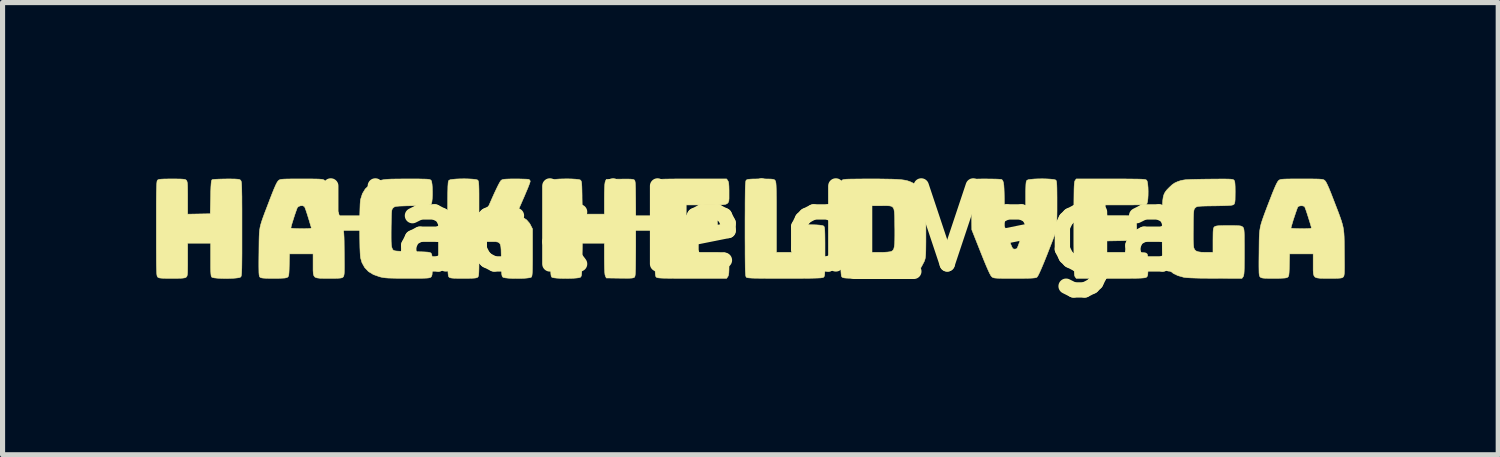
<source format=kicad_pcb>
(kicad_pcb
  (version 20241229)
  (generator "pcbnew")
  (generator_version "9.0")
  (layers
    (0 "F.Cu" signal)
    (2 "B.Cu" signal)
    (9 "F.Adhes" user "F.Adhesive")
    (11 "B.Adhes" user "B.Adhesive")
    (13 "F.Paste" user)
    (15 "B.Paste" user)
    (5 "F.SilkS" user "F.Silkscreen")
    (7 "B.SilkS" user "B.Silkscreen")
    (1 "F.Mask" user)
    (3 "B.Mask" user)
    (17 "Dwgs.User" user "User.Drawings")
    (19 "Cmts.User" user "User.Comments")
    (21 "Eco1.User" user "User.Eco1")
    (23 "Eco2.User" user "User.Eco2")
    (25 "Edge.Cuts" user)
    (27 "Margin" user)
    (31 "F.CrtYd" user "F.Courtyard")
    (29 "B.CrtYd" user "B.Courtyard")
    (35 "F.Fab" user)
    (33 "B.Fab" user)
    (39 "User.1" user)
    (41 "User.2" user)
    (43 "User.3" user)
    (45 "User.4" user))
  (footprint "HackHeld_Vega"
    (layer "F.Cu")
    (at 11.614 1.418)
    (property "Reference" "HackHeld_Vega" (at 0 0 0) (layer "F.SilkS") (effects (font (size 1.524 1.524) (thickness 0.3))))
    (attr through_hole)
    (fp_poly (pts (xy 0.296 -0.971) (xy 0.364 -0.97) (xy 0.412 -0.968) (xy 0.443 -0.964) (xy 0.463 -0.958) (xy 0.475 -0.95) (xy 0.485 -0.938) (xy 0.49 -0.927) (xy 0.495 -0.91) (xy 0.499 -0.883) (xy 0.502 -0.845) (xy 0.504 -0.793) (xy 0.506 -0.724) (xy 0.507 -0.635) (xy 0.508 -0.524) (xy 0.508 -0.389) (xy 0.508 -0.227) (xy 0.508 0.463) (xy 0.865 0.463) (xy 0.869 0.215) (xy 0.871 0.123) (xy 0.874 0.056) (xy 0.877 0.01) (xy 0.882 -0.02) (xy 0.889 -0.039) (xy 0.899 -0.05) (xy 0.903 -0.054) (xy 0.931 -0.063) (xy 0.982 -0.069) (xy 1.049 -0.074) (xy 1.126 -0.076) (xy 1.207 -0.076) (xy 1.284 -0.074) (xy 1.351 -0.069) (xy 1.401 -0.062) (xy 1.428 -0.053) (xy 1.436 -0.046) (xy 1.442 -0.036) (xy 1.447 -0.019) (xy 1.451 0.008) (xy 1.453 0.048) (xy 1.455 0.103) (xy 1.456 0.178) (xy 1.457 0.276) (xy 1.457 0.399) (xy 1.457 0.448) (xy 1.457 0.581) (xy 1.456 0.687) (xy 1.456 0.769) (xy 1.454 0.831) (xy 1.452 0.876) (xy 1.449 0.907) (xy 1.444 0.927) (xy 1.438 0.94) (xy 1.431 0.948) (xy 1.428 0.95) (xy 1.417 0.955) (xy 1.397 0.959) (xy 1.366 0.963) (xy 1.321 0.965) (xy 1.26 0.967) (xy 1.181 0.969) (xy 1.081 0.97) (xy 0.957 0.971) (xy 0.808 0.971) (xy 0.671 0.971) (xy 0.502 0.971) (xy 0.361 0.971) (xy 0.246 0.97) (xy 0.152 0.969) (xy 0.078 0.968) (xy 0.022 0.966) (xy -0.019 0.963) (xy -0.047 0.96) (xy -0.066 0.956) (xy -0.077 0.951) (xy -0.081 0.948) (xy -0.086 0.94) (xy -0.09 0.927) (xy -0.094 0.906) (xy -0.096 0.875) (xy -0.099 0.831) (xy -0.101 0.773) (xy -0.102 0.698) (xy -0.103 0.604) (xy -0.104 0.488) (xy -0.104 0.35) (xy -0.105 0.186) (xy -0.105 0) (xy -0.105 -0.191) (xy -0.104 -0.354) (xy -0.104 -0.492) (xy -0.103 -0.607) (xy -0.102 -0.7) (xy -0.101 -0.775) (xy -0.099 -0.832) (xy -0.096 -0.876) (xy -0.093 -0.907) (xy -0.09 -0.928) (xy -0.086 -0.941) (xy -0.081 -0.948) (xy -0.068 -0.956) (xy -0.045 -0.963) (xy -0.009 -0.967) (xy 0.044 -0.97) (xy 0.12 -0.971) (xy 0.202 -0.971) (xy 0.296 -0.971)) (stroke (width 0.01) (type solid)) (fill yes) (layer "F.SilkS"))
    (fp_poly (pts (xy -0.442 -0.938) (xy -0.431 -0.916) (xy -0.424 -0.881) (xy -0.42 -0.829) (xy -0.418 -0.754) (xy -0.418 -0.717) (xy -0.418 -0.644) (xy -0.418 -0.587) (xy -0.422 -0.543) (xy -0.434 -0.511) (xy -0.456 -0.488) (xy -0.491 -0.474) (xy -0.543 -0.467) (xy -0.615 -0.463) (xy -0.71 -0.463) (xy -0.83 -0.463) (xy -0.86 -0.463) (xy -1.255 -0.463) (xy -1.255 -0.254) (xy -0.972 -0.254) (xy -0.871 -0.254) (xy -0.795 -0.252) (xy -0.741 -0.25) (xy -0.704 -0.246) (xy -0.681 -0.24) (xy -0.667 -0.232) (xy -0.666 -0.231) (xy -0.655 -0.205) (xy -0.648 -0.157) (xy -0.643 -0.093) (xy -0.641 -0.021) (xy -0.642 0.051) (xy -0.646 0.117) (xy -0.653 0.169) (xy -0.663 0.201) (xy -0.664 0.203) (xy -0.673 0.213) (xy -0.688 0.22) (xy -0.711 0.226) (xy -0.748 0.23) (xy -0.803 0.233) (xy -0.88 0.235) (xy -0.97 0.237) (xy -1.255 0.242) (xy -1.255 0.463) (xy -0.86 0.463) (xy -0.733 0.463) (xy -0.633 0.463) (xy -0.557 0.466) (xy -0.501 0.472) (xy -0.462 0.485) (xy -0.438 0.505) (xy -0.424 0.535) (xy -0.419 0.576) (xy -0.418 0.631) (xy -0.418 0.7) (xy -0.418 0.717) (xy -0.419 0.802) (xy -0.422 0.863) (xy -0.428 0.904) (xy -0.437 0.93) (xy -0.442 0.938) (xy -0.465 0.971) (xy -1.142 0.971) (xy -1.302 0.971) (xy -1.435 0.971) (xy -1.543 0.97) (xy -1.63 0.969) (xy -1.697 0.968) (xy -1.747 0.966) (xy -1.784 0.963) (xy -1.809 0.96) (xy -1.826 0.955) (xy -1.836 0.95) (xy -1.843 0.944) (xy -1.848 0.936) (xy -1.852 0.924) (xy -1.856 0.904) (xy -1.859 0.876) (xy -1.862 0.836) (xy -1.863 0.782) (xy -1.865 0.712) (xy -1.866 0.624) (xy -1.867 0.516) (xy -1.867 0.385) (xy -1.868 0.23) (xy -1.868 0.047) (xy -1.868 -0.003) (xy -1.868 -0.191) (xy -1.867 -0.353) (xy -1.867 -0.489) (xy -1.867 -0.601) (xy -1.866 -0.693) (xy -1.864 -0.766) (xy -1.863 -0.823) (xy -1.86 -0.866) (xy -1.858 -0.897) (xy -1.854 -0.918) (xy -1.85 -0.932) (xy -1.845 -0.941) (xy -1.84 -0.946) (xy -1.831 -0.952) (xy -1.817 -0.957) (xy -1.796 -0.961) (xy -1.763 -0.964) (xy -1.718 -0.967) (xy -1.657 -0.969) (xy -1.577 -0.97) (xy -1.477 -0.971) (xy -1.352 -0.971) (xy -1.202 -0.971) (xy -1.139 -0.971) (xy -0.465 -0.971) (xy -0.442 -0.938)) (stroke (width 0.01) (type solid)) (fill yes) (layer "F.SilkS"))
    (fp_poly (pts (xy 7.204 -0.971) (xy 7.336 -0.971) (xy 7.445 -0.97) (xy 7.531 -0.969) (xy 7.599 -0.968) (xy 7.649 -0.966) (xy 7.686 -0.963) (xy 7.711 -0.96) (xy 7.727 -0.955) (xy 7.738 -0.95) (xy 7.745 -0.944) (xy 7.756 -0.916) (xy 7.764 -0.866) (xy 7.77 -0.801) (xy 7.772 -0.728) (xy 7.771 -0.653) (xy 7.767 -0.585) (xy 7.76 -0.529) (xy 7.75 -0.493) (xy 7.746 -0.487) (xy 7.735 -0.479) (xy 7.717 -0.474) (xy 7.688 -0.47) (xy 7.644 -0.467) (xy 7.582 -0.465) (xy 7.499 -0.464) (xy 7.391 -0.463) (xy 7.328 -0.463) (xy 6.933 -0.463) (xy 6.933 -0.254) (xy 7.216 -0.254) (xy 7.317 -0.254) (xy 7.393 -0.252) (xy 7.447 -0.25) (xy 7.484 -0.246) (xy 7.507 -0.24) (xy 7.52 -0.232) (xy 7.522 -0.231) (xy 7.533 -0.204) (xy 7.541 -0.156) (xy 7.546 -0.093) (xy 7.548 -0.021) (xy 7.547 0.052) (xy 7.543 0.118) (xy 7.535 0.172) (xy 7.525 0.205) (xy 7.521 0.211) (xy 7.503 0.219) (xy 7.469 0.225) (xy 7.415 0.23) (xy 7.339 0.233) (xy 7.237 0.236) (xy 7.214 0.236) (xy 6.933 0.241) (xy 6.933 0.463) (xy 7.328 0.463) (xy 7.449 0.463) (xy 7.544 0.464) (xy 7.616 0.466) (xy 7.668 0.468) (xy 7.704 0.472) (xy 7.727 0.476) (xy 7.741 0.483) (xy 7.746 0.487) (xy 7.756 0.502) (xy 7.762 0.528) (xy 7.767 0.569) (xy 7.769 0.63) (xy 7.769 0.716) (xy 7.769 0.8) (xy 7.767 0.859) (xy 7.764 0.899) (xy 7.758 0.924) (xy 7.748 0.94) (xy 7.742 0.946) (xy 7.733 0.952) (xy 7.719 0.957) (xy 7.697 0.961) (xy 7.665 0.964) (xy 7.62 0.967) (xy 7.558 0.969) (xy 7.479 0.97) (xy 7.378 0.971) (xy 7.254 0.971) (xy 7.104 0.971) (xy 7.041 0.971) (xy 6.367 0.971) (xy 6.343 0.938) (xy 6.339 0.928) (xy 6.334 0.913) (xy 6.331 0.889) (xy 6.328 0.854) (xy 6.326 0.807) (xy 6.324 0.745) (xy 6.322 0.666) (xy 6.321 0.568) (xy 6.321 0.448) (xy 6.32 0.304) (xy 6.32 0.134) (xy 6.32 0) (xy 6.32 -0.189) (xy 6.32 -0.351) (xy 6.321 -0.487) (xy 6.322 -0.601) (xy 6.323 -0.693) (xy 6.324 -0.766) (xy 6.326 -0.823) (xy 6.329 -0.866) (xy 6.332 -0.897) (xy 6.336 -0.918) (xy 6.34 -0.932) (xy 6.343 -0.938) (xy 6.367 -0.971) (xy 7.043 -0.971) (xy 7.204 -0.971)) (stroke (width 0.01) (type solid)) (fill yes) (layer "F.SilkS"))
    (fp_poly (pts (xy 5.788 -0.972) (xy 5.861 -0.968) (xy 5.92 -0.962) (xy 5.958 -0.953) (xy 5.968 -0.948) (xy 5.975 -0.938) (xy 5.98 -0.92) (xy 5.984 -0.893) (xy 5.987 -0.851) (xy 5.989 -0.793) (xy 5.99 -0.715) (xy 5.991 -0.614) (xy 5.991 -0.486) (xy 5.991 -0.473) (xy 5.991 -0.339) (xy 5.989 -0.22) (xy 5.987 -0.119) (xy 5.983 -0.04) (xy 5.979 0.014) (xy 5.975 0.037) (xy 5.966 0.066) (xy 5.947 0.119) (xy 5.92 0.191) (xy 5.886 0.279) (xy 5.847 0.378) (xy 5.806 0.484) (xy 5.795 0.512) (xy 5.738 0.654) (xy 5.69 0.768) (xy 5.652 0.854) (xy 5.623 0.913) (xy 5.603 0.944) (xy 5.598 0.949) (xy 5.584 0.956) (xy 5.561 0.961) (xy 5.525 0.965) (xy 5.474 0.968) (xy 5.403 0.97) (xy 5.31 0.971) (xy 5.192 0.971) (xy 5.16 0.971) (xy 5.039 0.971) (xy 4.944 0.971) (xy 4.872 0.97) (xy 4.82 0.968) (xy 4.782 0.965) (xy 4.756 0.961) (xy 4.739 0.955) (xy 4.725 0.947) (xy 4.715 0.938) (xy 4.698 0.917) (xy 4.676 0.877) (xy 4.647 0.815) (xy 4.61 0.731) (xy 4.565 0.623) (xy 4.511 0.488) (xy 4.501 0.463) (xy 4.326 0.022) (xy 4.321 -0.438) (xy 4.319 -0.57) (xy 4.319 -0.675) (xy 4.319 -0.757) (xy 4.32 -0.818) (xy 4.323 -0.864) (xy 4.326 -0.895) (xy 4.331 -0.917) (xy 4.338 -0.932) (xy 4.34 -0.935) (xy 4.349 -0.948) (xy 4.36 -0.957) (xy 4.377 -0.964) (xy 4.405 -0.968) (xy 4.449 -0.97) (xy 4.512 -0.971) (xy 4.599 -0.971) (xy 4.628 -0.971) (xy 4.715 -0.97) (xy 4.792 -0.969) (xy 4.854 -0.966) (xy 4.895 -0.963) (xy 4.911 -0.959) (xy 4.925 -0.946) (xy 4.936 -0.925) (xy 4.945 -0.893) (xy 4.952 -0.847) (xy 4.956 -0.783) (xy 4.959 -0.698) (xy 4.961 -0.59) (xy 4.962 -0.458) (xy 4.963 -0.052) (xy 5.04 0.172) (xy 5.07 0.256) (xy 5.092 0.317) (xy 5.109 0.357) (xy 5.123 0.382) (xy 5.137 0.395) (xy 5.151 0.4) (xy 5.156 0.4) (xy 5.191 0.397) (xy 5.21 0.385) (xy 5.22 0.365) (xy 5.237 0.322) (xy 5.259 0.26) (xy 5.285 0.186) (xy 5.302 0.134) (xy 5.379 -0.097) (xy 5.379 -0.509) (xy 5.379 -0.632) (xy 5.379 -0.728) (xy 5.381 -0.801) (xy 5.383 -0.855) (xy 5.386 -0.892) (xy 5.39 -0.917) (xy 5.396 -0.933) (xy 5.403 -0.944) (xy 5.406 -0.946) (xy 5.432 -0.957) (xy 5.482 -0.964) (xy 5.548 -0.97) (xy 5.626 -0.973) (xy 5.708 -0.974) (xy 5.788 -0.972)) (stroke (width 0.01) (type solid)) (fill yes) (layer "F.SilkS"))
    (fp_poly (pts (xy -3.491 -0.971) (xy -3.42 -0.967) (xy -3.364 -0.961) (xy -3.329 -0.953) (xy -3.324 -0.95) (xy -3.314 -0.941) (xy -3.307 -0.928) (xy -3.301 -0.906) (xy -3.297 -0.871) (xy -3.294 -0.82) (xy -3.292 -0.749) (xy -3.29 -0.653) (xy -3.29 -0.606) (xy -3.284 -0.284) (xy -2.854 -0.284) (xy -2.854 -0.586) (xy -2.853 -0.706) (xy -2.85 -0.798) (xy -2.846 -0.864) (xy -2.84 -0.907) (xy -2.834 -0.926) (xy -2.816 -0.964) (xy -2.552 -0.968) (xy -2.455 -0.969) (xy -2.384 -0.969) (xy -2.333 -0.967) (xy -2.3 -0.963) (xy -2.278 -0.957) (xy -2.266 -0.949) (xy -2.265 -0.948) (xy -2.26 -0.941) (xy -2.256 -0.928) (xy -2.252 -0.907) (xy -2.249 -0.877) (xy -2.247 -0.835) (xy -2.245 -0.778) (xy -2.244 -0.705) (xy -2.243 -0.613) (xy -2.242 -0.5) (xy -2.241 -0.364) (xy -2.241 -0.202) (xy -2.241 -0.013) (xy -2.241 0) (xy -2.241 0.191) (xy -2.241 0.354) (xy -2.242 0.492) (xy -2.243 0.606) (xy -2.244 0.699) (xy -2.245 0.774) (xy -2.247 0.831) (xy -2.249 0.875) (xy -2.252 0.906) (xy -2.256 0.927) (xy -2.26 0.94) (xy -2.265 0.948) (xy -2.265 0.948) (xy -2.278 0.957) (xy -2.298 0.963) (xy -2.331 0.967) (xy -2.38 0.969) (xy -2.45 0.969) (xy -2.546 0.968) (xy -2.552 0.968) (xy -2.816 0.964) (xy -2.834 0.926) (xy -2.842 0.9) (xy -2.847 0.852) (xy -2.851 0.78) (xy -2.853 0.683) (xy -2.854 0.586) (xy -2.854 0.284) (xy -3.284 0.284) (xy -3.29 0.606) (xy -3.291 0.713) (xy -3.293 0.794) (xy -3.296 0.852) (xy -3.299 0.893) (xy -3.304 0.92) (xy -3.311 0.936) (xy -3.319 0.947) (xy -3.324 0.95) (xy -3.351 0.959) (xy -3.402 0.965) (xy -3.469 0.97) (xy -3.548 0.972) (xy -3.63 0.973) (xy -3.71 0.971) (xy -3.782 0.967) (xy -3.838 0.961) (xy -3.873 0.953) (xy -3.878 0.95) (xy -3.884 0.945) (xy -3.889 0.937) (xy -3.893 0.925) (xy -3.897 0.906) (xy -3.9 0.877) (xy -3.902 0.837) (xy -3.904 0.784) (xy -3.905 0.714) (xy -3.906 0.627) (xy -3.907 0.519) (xy -3.907 0.389) (xy -3.907 0.233) (xy -3.907 0.051) (xy -3.907 0) (xy -3.907 -0.19) (xy -3.907 -0.352) (xy -3.907 -0.488) (xy -3.906 -0.602) (xy -3.905 -0.694) (xy -3.904 -0.768) (xy -3.903 -0.825) (xy -3.9 -0.868) (xy -3.898 -0.899) (xy -3.894 -0.921) (xy -3.89 -0.935) (xy -3.885 -0.943) (xy -3.88 -0.949) (xy -3.878 -0.95) (xy -3.851 -0.959) (xy -3.8 -0.965) (xy -3.732 -0.97) (xy -3.654 -0.972) (xy -3.572 -0.973) (xy -3.491 -0.971)) (stroke (width 0.01) (type solid)) (fill yes) (layer "F.SilkS"))
    (fp_poly (pts (xy 2.362 -0.971) (xy 2.525 -0.971) (xy 2.661 -0.969) (xy 2.773 -0.967) (xy 2.866 -0.963) (xy 2.942 -0.957) (xy 3.004 -0.949) (xy 3.055 -0.939) (xy 3.1 -0.925) (xy 3.14 -0.909) (xy 3.18 -0.889) (xy 3.184 -0.887) (xy 3.278 -0.82) (xy 3.35 -0.734) (xy 3.393 -0.648) (xy 3.403 -0.625) (xy 3.41 -0.603) (xy 3.416 -0.578) (xy 3.42 -0.549) (xy 3.424 -0.51) (xy 3.426 -0.46) (xy 3.427 -0.394) (xy 3.428 -0.31) (xy 3.429 -0.204) (xy 3.429 -0.073) (xy 3.429 0) (xy 3.429 0.144) (xy 3.429 0.262) (xy 3.428 0.356) (xy 3.427 0.43) (xy 3.425 0.488) (xy 3.422 0.531) (xy 3.418 0.565) (xy 3.413 0.592) (xy 3.406 0.614) (xy 3.398 0.637) (xy 3.393 0.648) (xy 3.338 0.752) (xy 3.261 0.834) (xy 3.184 0.887) (xy 3.144 0.907) (xy 3.104 0.924) (xy 3.06 0.937) (xy 3.009 0.948) (xy 2.948 0.956) (xy 2.874 0.962) (xy 2.784 0.966) (xy 2.673 0.969) (xy 2.54 0.97) (xy 2.38 0.971) (xy 2.359 0.971) (xy 2.217 0.971) (xy 2.101 0.971) (xy 2.009 0.97) (xy 1.938 0.969) (xy 1.885 0.967) (xy 1.847 0.964) (xy 1.821 0.96) (xy 1.804 0.955) (xy 1.794 0.949) (xy 1.788 0.944) (xy 1.783 0.936) (xy 1.778 0.924) (xy 1.775 0.904) (xy 1.772 0.876) (xy 1.769 0.836) (xy 1.767 0.782) (xy 1.766 0.712) (xy 1.765 0.624) (xy 1.764 0.516) (xy 1.763 0.385) (xy 1.763 0.23) (xy 1.763 0.047) (xy 1.763 -0.003) (xy 1.763 -0.191) (xy 1.763 -0.353) (xy 1.763 -0.448) (xy 2.376 -0.448) (xy 2.376 0.463) (xy 2.538 0.463) (xy 2.61 0.462) (xy 2.675 0.458) (xy 2.725 0.452) (xy 2.747 0.447) (xy 2.77 0.436) (xy 2.788 0.419) (xy 2.802 0.393) (xy 2.811 0.354) (xy 2.818 0.3) (xy 2.821 0.227) (xy 2.822 0.131) (xy 2.822 0.01) (xy 2.821 -0.037) (xy 2.82 -0.159) (xy 2.818 -0.254) (xy 2.813 -0.326) (xy 2.805 -0.377) (xy 2.789 -0.412) (xy 2.765 -0.433) (xy 2.731 -0.444) (xy 2.684 -0.448) (xy 2.622 -0.449) (xy 2.568 -0.448) (xy 2.376 -0.448) (xy 1.763 -0.448) (xy 1.764 -0.489) (xy 1.764 -0.601) (xy 1.765 -0.693) (xy 1.766 -0.766) (xy 1.768 -0.823) (xy 1.77 -0.866) (xy 1.773 -0.897) (xy 1.777 -0.918) (xy 1.781 -0.932) (xy 1.786 -0.941) (xy 1.79 -0.946) (xy 1.8 -0.953) (xy 1.815 -0.958) (xy 1.839 -0.962) (xy 1.875 -0.966) (xy 1.924 -0.968) (xy 1.991 -0.969) (xy 2.079 -0.97) (xy 2.19 -0.971) (xy 2.327 -0.971) (xy 2.362 -0.971)) (stroke (width 0.01) (type solid)) (fill yes) (layer "F.SilkS"))
    (fp_poly (pts (xy -6.569 -0.971) (xy -6.47 -0.971) (xy -6.394 -0.969) (xy -6.339 -0.968) (xy -6.299 -0.965) (xy -6.273 -0.961) (xy -6.256 -0.955) (xy -6.245 -0.948) (xy -6.24 -0.944) (xy -6.229 -0.917) (xy -6.221 -0.867) (xy -6.216 -0.801) (xy -6.214 -0.728) (xy -6.214 -0.653) (xy -6.218 -0.583) (xy -6.224 -0.527) (xy -6.234 -0.49) (xy -6.237 -0.485) (xy -6.245 -0.475) (xy -6.259 -0.468) (xy -6.28 -0.463) (xy -6.314 -0.458) (xy -6.364 -0.455) (xy -6.433 -0.452) (xy -6.527 -0.45) (xy -6.602 -0.448) (xy -6.713 -0.446) (xy -6.797 -0.443) (xy -6.859 -0.441) (xy -6.904 -0.437) (xy -6.934 -0.433) (xy -6.954 -0.426) (xy -6.968 -0.418) (xy -6.98 -0.407) (xy -6.981 -0.407) (xy -6.992 -0.395) (xy -7 -0.381) (xy -7.007 -0.361) (xy -7.011 -0.331) (xy -7.014 -0.286) (xy -7.016 -0.224) (xy -7.018 -0.14) (xy -7.02 -0.041) (xy -7.021 0.081) (xy -7.021 0.178) (xy -7.02 0.252) (xy -7.017 0.307) (xy -7.012 0.348) (xy -7.004 0.378) (xy -6.994 0.4) (xy -6.986 0.412) (xy -6.977 0.421) (xy -6.964 0.428) (xy -6.943 0.434) (xy -6.909 0.438) (xy -6.859 0.441) (xy -6.79 0.444) (xy -6.698 0.446) (xy -6.611 0.448) (xy -6.499 0.451) (xy -6.413 0.453) (xy -6.349 0.456) (xy -6.304 0.459) (xy -6.274 0.464) (xy -6.255 0.47) (xy -6.243 0.477) (xy -6.237 0.485) (xy -6.227 0.506) (xy -6.221 0.544) (xy -6.217 0.602) (xy -6.216 0.684) (xy -6.216 0.718) (xy -6.216 0.801) (xy -6.218 0.86) (xy -6.221 0.899) (xy -6.228 0.924) (xy -6.237 0.94) (xy -6.243 0.946) (xy -6.254 0.954) (xy -6.27 0.959) (xy -6.297 0.964) (xy -6.336 0.967) (xy -6.391 0.969) (xy -6.465 0.97) (xy -6.562 0.97) (xy -6.685 0.97) (xy -6.702 0.97) (xy -6.832 0.97) (xy -6.935 0.969) (xy -7.017 0.967) (xy -7.082 0.965) (xy -7.133 0.961) (xy -7.175 0.955) (xy -7.213 0.948) (xy -7.246 0.94) (xy -7.367 0.897) (xy -7.464 0.838) (xy -7.538 0.76) (xy -7.591 0.664) (xy -7.618 0.571) (xy -7.623 0.53) (xy -7.627 0.463) (xy -7.631 0.369) (xy -7.633 0.253) (xy -7.635 0.117) (xy -7.635 0) (xy -7.634 -0.151) (xy -7.633 -0.283) (xy -7.63 -0.394) (xy -7.627 -0.481) (xy -7.622 -0.543) (xy -7.618 -0.571) (xy -7.582 -0.684) (xy -7.526 -0.776) (xy -7.448 -0.85) (xy -7.346 -0.906) (xy -7.24 -0.941) (xy -7.202 -0.95) (xy -7.164 -0.957) (xy -7.122 -0.962) (xy -7.071 -0.966) (xy -7.007 -0.969) (xy -6.926 -0.97) (xy -6.824 -0.971) (xy -6.696 -0.971) (xy -6.694 -0.971) (xy -6.569 -0.971)) (stroke (width 0.01) (type solid)) (fill yes) (layer "F.SilkS"))
    (fp_poly (pts (xy -11.209 -0.971) (xy -11.14 -0.97) (xy -11.091 -0.967) (xy -11.059 -0.963) (xy -11.039 -0.957) (xy -11.025 -0.948) (xy -11.021 -0.944) (xy -11.013 -0.931) (xy -11.007 -0.911) (xy -11.002 -0.881) (xy -10.999 -0.835) (xy -10.998 -0.771) (xy -10.997 -0.683) (xy -10.997 -0.6) (xy -10.997 -0.283) (xy -10.776 -0.287) (xy -10.556 -0.291) (xy -10.548 -0.617) (xy -10.546 -0.727) (xy -10.543 -0.811) (xy -10.539 -0.872) (xy -10.535 -0.914) (xy -10.529 -0.94) (xy -10.522 -0.953) (xy -10.519 -0.957) (xy -10.497 -0.961) (xy -10.451 -0.965) (xy -10.385 -0.968) (xy -10.306 -0.97) (xy -10.241 -0.971) (xy -10.147 -0.971) (xy -10.078 -0.97) (xy -10.029 -0.967) (xy -9.998 -0.963) (xy -9.977 -0.957) (xy -9.964 -0.947) (xy -9.961 -0.944) (xy -9.956 -0.936) (xy -9.951 -0.924) (xy -9.947 -0.904) (xy -9.944 -0.876) (xy -9.942 -0.836) (xy -9.94 -0.782) (xy -9.939 -0.712) (xy -9.937 -0.624) (xy -9.937 -0.516) (xy -9.936 -0.385) (xy -9.936 -0.23) (xy -9.936 -0.047) (xy -9.936 0.003) (xy -9.936 0.191) (xy -9.936 0.353) (xy -9.936 0.489) (xy -9.937 0.601) (xy -9.938 0.693) (xy -9.939 0.766) (xy -9.941 0.823) (xy -9.943 0.866) (xy -9.946 0.897) (xy -9.949 0.918) (xy -9.953 0.932) (xy -9.958 0.941) (xy -9.963 0.946) (xy -9.989 0.957) (xy -10.039 0.964) (xy -10.106 0.97) (xy -10.183 0.973) (xy -10.265 0.974) (xy -10.346 0.972) (xy -10.418 0.968) (xy -10.477 0.962) (xy -10.515 0.953) (xy -10.525 0.948) (xy -10.533 0.936) (xy -10.539 0.916) (xy -10.543 0.883) (xy -10.546 0.835) (xy -10.548 0.767) (xy -10.548 0.675) (xy -10.548 0.604) (xy -10.548 0.284) (xy -10.997 0.284) (xy -10.997 0.603) (xy -10.997 0.709) (xy -10.998 0.79) (xy -10.999 0.848) (xy -11.002 0.889) (xy -11.007 0.916) (xy -11.013 0.933) (xy -11.022 0.944) (xy -11.024 0.946) (xy -11.038 0.956) (xy -11.06 0.962) (xy -11.095 0.967) (xy -11.146 0.97) (xy -11.219 0.971) (xy -11.306 0.971) (xy -11.4 0.971) (xy -11.468 0.97) (xy -11.516 0.967) (xy -11.548 0.963) (xy -11.568 0.956) (xy -11.581 0.947) (xy -11.585 0.944) (xy -11.59 0.936) (xy -11.594 0.924) (xy -11.598 0.904) (xy -11.601 0.876) (xy -11.603 0.836) (xy -11.605 0.782) (xy -11.607 0.712) (xy -11.608 0.625) (xy -11.608 0.516) (xy -11.609 0.386) (xy -11.609 0.23) (xy -11.609 0.047) (xy -11.609 -0.004) (xy -11.609 -0.194) (xy -11.609 -0.357) (xy -11.609 -0.495) (xy -11.608 -0.609) (xy -11.607 -0.702) (xy -11.605 -0.776) (xy -11.603 -0.834) (xy -11.601 -0.877) (xy -11.598 -0.907) (xy -11.595 -0.928) (xy -11.59 -0.941) (xy -11.586 -0.948) (xy -11.573 -0.956) (xy -11.55 -0.963) (xy -11.514 -0.967) (xy -11.46 -0.97) (xy -11.384 -0.971) (xy -11.304 -0.971) (xy -11.209 -0.971)) (stroke (width 0.01) (type solid)) (fill yes) (layer "F.SilkS"))
    (fp_poly (pts (xy -5.507 -0.972) (xy -5.434 -0.968) (xy -5.376 -0.962) (xy -5.338 -0.953) (xy -5.328 -0.948) (xy -5.32 -0.936) (xy -5.314 -0.916) (xy -5.31 -0.885) (xy -5.307 -0.838) (xy -5.305 -0.771) (xy -5.304 -0.681) (xy -5.304 -0.588) (xy -5.304 -0.252) (xy -5.249 -0.257) (xy -5.195 -0.261) (xy -5.05 -0.589) (xy -5.003 -0.694) (xy -4.96 -0.785) (xy -4.924 -0.858) (xy -4.895 -0.911) (xy -4.875 -0.94) (xy -4.872 -0.943) (xy -4.856 -0.954) (xy -4.835 -0.961) (xy -4.803 -0.966) (xy -4.757 -0.969) (xy -4.691 -0.971) (xy -4.6 -0.971) (xy -4.594 -0.971) (xy -4.51 -0.971) (xy -4.436 -0.969) (xy -4.377 -0.967) (xy -4.338 -0.964) (xy -4.327 -0.962) (xy -4.307 -0.941) (xy -4.303 -0.923) (xy -4.309 -0.902) (xy -4.325 -0.857) (xy -4.35 -0.793) (xy -4.383 -0.715) (xy -4.42 -0.627) (xy -4.443 -0.575) (xy -4.582 -0.257) (xy -4.528 -0.248) (xy -4.447 -0.221) (xy -4.373 -0.171) (xy -4.314 -0.102) (xy -4.298 -0.073) (xy -4.258 0.006) (xy -4.258 0.465) (xy -4.258 0.597) (xy -4.259 0.701) (xy -4.26 0.783) (xy -4.262 0.843) (xy -4.265 0.887) (xy -4.269 0.917) (xy -4.274 0.935) (xy -4.28 0.946) (xy -4.282 0.948) (xy -4.306 0.957) (xy -4.354 0.964) (xy -4.419 0.97) (xy -4.495 0.973) (xy -4.577 0.973) (xy -4.656 0.972) (xy -4.729 0.968) (xy -4.787 0.962) (xy -4.825 0.954) (xy -4.834 0.95) (xy -4.844 0.941) (xy -4.851 0.927) (xy -4.857 0.905) (xy -4.861 0.87) (xy -4.864 0.819) (xy -4.866 0.747) (xy -4.868 0.65) (xy -4.868 0.614) (xy -4.87 0.501) (xy -4.872 0.415) (xy -4.877 0.351) (xy -4.888 0.307) (xy -4.907 0.278) (xy -4.936 0.262) (xy -4.979 0.255) (xy -5.036 0.254) (xy -5.112 0.254) (xy -5.121 0.254) (xy -5.304 0.254) (xy -5.304 0.589) (xy -5.304 0.7) (xy -5.305 0.785) (xy -5.307 0.848) (xy -5.31 0.892) (xy -5.315 0.921) (xy -5.321 0.939) (xy -5.328 0.948) (xy -5.341 0.956) (xy -5.363 0.963) (xy -5.4 0.967) (xy -5.454 0.97) (xy -5.53 0.971) (xy -5.609 0.971) (xy -5.704 0.971) (xy -5.773 0.97) (xy -5.822 0.967) (xy -5.854 0.963) (xy -5.875 0.957) (xy -5.888 0.948) (xy -5.892 0.944) (xy -5.897 0.936) (xy -5.901 0.924) (xy -5.905 0.904) (xy -5.908 0.876) (xy -5.911 0.836) (xy -5.913 0.782) (xy -5.914 0.712) (xy -5.915 0.624) (xy -5.916 0.516) (xy -5.916 0.385) (xy -5.917 0.23) (xy -5.917 0.047) (xy -5.917 -0.003) (xy -5.917 -0.191) (xy -5.917 -0.353) (xy -5.916 -0.489) (xy -5.916 -0.601) (xy -5.915 -0.693) (xy -5.913 -0.766) (xy -5.912 -0.823) (xy -5.909 -0.866) (xy -5.907 -0.897) (xy -5.903 -0.918) (xy -5.899 -0.932) (xy -5.894 -0.941) (xy -5.889 -0.946) (xy -5.863 -0.957) (xy -5.814 -0.964) (xy -5.747 -0.97) (xy -5.67 -0.973) (xy -5.588 -0.974) (xy -5.507 -0.972)) (stroke (width 0.01) (type solid)) (fill yes) (layer "F.SilkS"))
    (fp_poly (pts (xy 10.895 -0.971) (xy 10.991 -0.971) (xy 11.064 -0.97) (xy 11.119 -0.968) (xy 11.157 -0.965) (xy 11.184 -0.961) (xy 11.202 -0.955) (xy 11.215 -0.948) (xy 11.227 -0.938) (xy 11.227 -0.938) (xy 11.246 -0.913) (xy 11.271 -0.865) (xy 11.303 -0.794) (xy 11.343 -0.696) (xy 11.39 -0.575) (xy 11.442 -0.44) (xy 11.485 -0.329) (xy 11.519 -0.237) (xy 11.546 -0.159) (xy 11.566 -0.092) (xy 11.581 -0.031) (xy 11.591 0.029) (xy 11.598 0.091) (xy 11.602 0.162) (xy 11.604 0.244) (xy 11.605 0.342) (xy 11.606 0.461) (xy 11.607 0.59) (xy 11.608 0.693) (xy 11.608 0.773) (xy 11.607 0.832) (xy 11.605 0.875) (xy 11.601 0.905) (xy 11.597 0.924) (xy 11.59 0.937) (xy 11.586 0.943) (xy 11.574 0.953) (xy 11.557 0.961) (xy 11.53 0.966) (xy 11.49 0.969) (xy 11.43 0.971) (xy 11.347 0.971) (xy 11.308 0.971) (xy 11.204 0.971) (xy 11.126 0.969) (xy 11.071 0.962) (xy 11.034 0.947) (xy 11.012 0.919) (xy 11.001 0.877) (xy 10.997 0.817) (xy 10.997 0.735) (xy 10.997 0.702) (xy 10.997 0.493) (xy 10.536 0.493) (xy 10.531 0.711) (xy 10.529 0.797) (xy 10.526 0.858) (xy 10.522 0.899) (xy 10.516 0.925) (xy 10.507 0.941) (xy 10.497 0.95) (xy 10.478 0.959) (xy 10.444 0.965) (xy 10.393 0.968) (xy 10.319 0.971) (xy 10.227 0.971) (xy 10.136 0.971) (xy 10.07 0.97) (xy 10.024 0.967) (xy 9.994 0.962) (xy 9.975 0.955) (xy 9.962 0.945) (xy 9.96 0.943) (xy 9.952 0.932) (xy 9.947 0.917) (xy 9.942 0.894) (xy 9.939 0.86) (xy 9.938 0.811) (xy 9.937 0.744) (xy 9.937 0.656) (xy 9.938 0.543) (xy 9.939 0.461) (xy 9.94 0.342) (xy 9.941 0.243) (xy 9.943 0.161) (xy 9.947 0.091) (xy 9.954 0.028) (xy 9.961 -0.011) (xy 10.563 -0.011) (xy 10.577 -0.007) (xy 10.616 -0.004) (xy 10.673 -0.001) (xy 10.745 -0.000064) (xy 10.766 0) (xy 10.847 -0.000289) (xy 10.903 -0.002) (xy 10.938 -0.004) (xy 10.956 -0.009) (xy 10.962 -0.017) (xy 10.961 -0.026) (xy 10.936 -0.111) (xy 10.91 -0.195) (xy 10.885 -0.274) (xy 10.863 -0.342) (xy 10.844 -0.394) (xy 10.832 -0.424) (xy 10.829 -0.43) (xy 10.801 -0.444) (xy 10.76 -0.448) (xy 10.72 -0.44) (xy 10.699 -0.427) (xy 10.689 -0.407) (xy 10.674 -0.365) (xy 10.654 -0.308) (xy 10.632 -0.242) (xy 10.609 -0.174) (xy 10.59 -0.11) (xy 10.574 -0.056) (xy 10.565 -0.021) (xy 10.563 -0.011) (xy 9.961 -0.011) (xy 9.964 -0.032) (xy 9.979 -0.093) (xy 10 -0.16) (xy 10.027 -0.237) (xy 10.061 -0.33) (xy 10.103 -0.441) (xy 10.155 -0.575) (xy 10.203 -0.699) (xy 10.243 -0.795) (xy 10.275 -0.866) (xy 10.3 -0.913) (xy 10.318 -0.938) (xy 10.33 -0.947) (xy 10.343 -0.955) (xy 10.361 -0.961) (xy 10.387 -0.965) (xy 10.426 -0.968) (xy 10.48 -0.97) (xy 10.553 -0.971) (xy 10.649 -0.971) (xy 10.771 -0.971) (xy 10.773 -0.971) (xy 10.895 -0.971)) (stroke (width 0.01) (type solid)) (fill yes) (layer "F.SilkS"))
    (fp_poly (pts (xy -8.648 -0.971) (xy -8.552 -0.971) (xy -8.479 -0.97) (xy -8.424 -0.968) (xy -8.386 -0.965) (xy -8.359 -0.961) (xy -8.341 -0.955) (xy -8.328 -0.948) (xy -8.316 -0.938) (xy -8.316 -0.938) (xy -8.298 -0.915) (xy -8.275 -0.871) (xy -8.245 -0.805) (xy -8.208 -0.715) (xy -8.162 -0.599) (xy -8.145 -0.553) (xy -8.094 -0.421) (xy -8.053 -0.312) (xy -8.02 -0.222) (xy -7.994 -0.147) (xy -7.975 -0.082) (xy -7.96 -0.023) (xy -7.951 0.035) (xy -7.945 0.097) (xy -7.941 0.167) (xy -7.939 0.25) (xy -7.938 0.349) (xy -7.937 0.461) (xy -7.936 0.59) (xy -7.935 0.693) (xy -7.935 0.773) (xy -7.936 0.832) (xy -7.938 0.875) (xy -7.942 0.905) (xy -7.947 0.924) (xy -7.953 0.937) (xy -7.957 0.943) (xy -7.969 0.953) (xy -7.986 0.961) (xy -8.013 0.966) (xy -8.054 0.969) (xy -8.113 0.971) (xy -8.196 0.971) (xy -8.235 0.971) (xy -8.339 0.971) (xy -8.417 0.969) (xy -8.472 0.962) (xy -8.509 0.947) (xy -8.531 0.919) (xy -8.542 0.877) (xy -8.546 0.817) (xy -8.546 0.735) (xy -8.546 0.702) (xy -8.546 0.493) (xy -9.007 0.493) (xy -9.012 0.711) (xy -9.014 0.797) (xy -9.017 0.858) (xy -9.021 0.899) (xy -9.027 0.925) (xy -9.036 0.941) (xy -9.046 0.95) (xy -9.065 0.958) (xy -9.098 0.965) (xy -9.15 0.968) (xy -9.223 0.971) (xy -9.318 0.971) (xy -9.411 0.971) (xy -9.478 0.969) (xy -9.525 0.966) (xy -9.556 0.961) (xy -9.575 0.954) (xy -9.585 0.947) (xy -9.592 0.937) (xy -9.597 0.922) (xy -9.601 0.898) (xy -9.604 0.862) (xy -9.605 0.811) (xy -9.606 0.742) (xy -9.606 0.651) (xy -9.605 0.535) (xy -9.604 0.457) (xy -9.603 0.338) (xy -9.602 0.24) (xy -9.6 0.159) (xy -9.597 0.091) (xy -9.591 0.03) (xy -9.584 -0.013) (xy -8.98 -0.013) (xy -8.966 -0.008) (xy -8.927 -0.004) (xy -8.87 -0.001) (xy -8.799 -0.000073) (xy -8.777 0) (xy -8.696 -0.000286) (xy -8.64 -0.002) (xy -8.605 -0.004) (xy -8.587 -0.009) (xy -8.581 -0.017) (xy -8.582 -0.026) (xy -8.59 -0.05) (xy -8.604 -0.096) (xy -8.622 -0.158) (xy -8.644 -0.228) (xy -8.645 -0.232) (xy -8.667 -0.302) (xy -8.687 -0.362) (xy -8.704 -0.407) (xy -8.714 -0.429) (xy -8.714 -0.43) (xy -8.745 -0.447) (xy -8.787 -0.448) (xy -8.827 -0.435) (xy -8.851 -0.415) (xy -8.862 -0.39) (xy -8.878 -0.345) (xy -8.899 -0.285) (xy -8.921 -0.218) (xy -8.942 -0.151) (xy -8.961 -0.09) (xy -8.974 -0.042) (xy -8.98 -0.015) (xy -8.98 -0.013) (xy -9.584 -0.013) (xy -9.582 -0.027) (xy -9.568 -0.084) (xy -9.549 -0.147) (xy -9.524 -0.219) (xy -9.492 -0.306) (xy -9.452 -0.41) (xy -9.403 -0.538) (xy -9.392 -0.568) (xy -9.344 -0.691) (xy -9.305 -0.787) (xy -9.273 -0.859) (xy -9.248 -0.907) (xy -9.228 -0.935) (xy -9.225 -0.938) (xy -9.213 -0.947) (xy -9.2 -0.955) (xy -9.182 -0.961) (xy -9.156 -0.965) (xy -9.117 -0.968) (xy -9.063 -0.97) (xy -8.99 -0.971) (xy -8.894 -0.971) (xy -8.772 -0.971) (xy -8.77 -0.971) (xy -8.648 -0.971)) (stroke (width 0.01) (type solid)) (fill yes) (layer "F.SilkS"))
    (fp_poly (pts (xy 9.272 -0.97) (xy 9.334 -0.969) (xy 9.379 -0.967) (xy 9.41 -0.964) (xy 9.43 -0.959) (xy 9.443 -0.953) (xy 9.448 -0.949) (xy 9.458 -0.934) (xy 9.465 -0.911) (xy 9.469 -0.874) (xy 9.472 -0.818) (xy 9.473 -0.738) (xy 9.473 -0.711) (xy 9.472 -0.625) (xy 9.471 -0.564) (xy 9.467 -0.523) (xy 9.461 -0.497) (xy 9.453 -0.48) (xy 9.446 -0.474) (xy 9.434 -0.466) (xy 9.413 -0.46) (xy 9.38 -0.455) (xy 9.331 -0.452) (xy 9.263 -0.449) (xy 9.173 -0.447) (xy 9.073 -0.445) (xy 8.963 -0.444) (xy 8.878 -0.442) (xy 8.815 -0.44) (xy 8.771 -0.437) (xy 8.74 -0.433) (xy 8.72 -0.427) (xy 8.706 -0.419) (xy 8.694 -0.408) (xy 8.692 -0.407) (xy 8.682 -0.395) (xy 8.673 -0.381) (xy 8.667 -0.362) (xy 8.663 -0.333) (xy 8.659 -0.29) (xy 8.657 -0.229) (xy 8.655 -0.147) (xy 8.654 -0.04) (xy 8.654 -0.026) (xy 8.653 0.104) (xy 8.653 0.212) (xy 8.656 0.295) (xy 8.661 0.352) (xy 8.665 0.376) (xy 8.681 0.411) (xy 8.708 0.436) (xy 8.75 0.452) (xy 8.812 0.461) (xy 8.899 0.463) (xy 8.907 0.463) (xy 9.039 0.463) (xy 9.039 0.226) (xy 9.04 0.136) (xy 9.041 0.071) (xy 9.044 0.026) (xy 9.049 -0.004) (xy 9.056 -0.022) (xy 9.066 -0.035) (xy 9.067 -0.035) (xy 9.081 -0.044) (xy 9.104 -0.051) (xy 9.138 -0.056) (xy 9.19 -0.058) (xy 9.264 -0.06) (xy 9.343 -0.06) (xy 9.436 -0.06) (xy 9.503 -0.058) (xy 9.55 -0.056) (xy 9.581 -0.052) (xy 9.602 -0.045) (xy 9.616 -0.035) (xy 9.622 -0.03) (xy 9.631 -0.02) (xy 9.637 -0.008) (xy 9.642 0.011) (xy 9.646 0.039) (xy 9.649 0.08) (xy 9.651 0.138) (xy 9.651 0.214) (xy 9.652 0.314) (xy 9.652 0.44) (xy 9.652 0.452) (xy 9.652 0.584) (xy 9.651 0.688) (xy 9.65 0.77) (xy 9.648 0.831) (xy 9.645 0.875) (xy 9.64 0.906) (xy 9.635 0.926) (xy 9.629 0.938) (xy 9.605 0.971) (xy 9.08 0.97) (xy 8.921 0.969) (xy 8.789 0.968) (xy 8.682 0.965) (xy 8.597 0.962) (xy 8.532 0.958) (xy 8.484 0.953) (xy 8.459 0.948) (xy 8.351 0.917) (xy 8.264 0.875) (xy 8.191 0.815) (xy 8.167 0.79) (xy 8.138 0.757) (xy 8.114 0.726) (xy 8.094 0.695) (xy 8.079 0.659) (xy 8.067 0.616) (xy 8.059 0.563) (xy 8.053 0.496) (xy 8.049 0.413) (xy 8.047 0.309) (xy 8.046 0.183) (xy 8.046 0.031) (xy 8.046 0) (xy 8.046 -0.159) (xy 8.047 -0.291) (xy 8.049 -0.399) (xy 8.052 -0.487) (xy 8.058 -0.557) (xy 8.066 -0.614) (xy 8.078 -0.659) (xy 8.094 -0.696) (xy 8.115 -0.729) (xy 8.14 -0.76) (xy 8.171 -0.792) (xy 8.188 -0.809) (xy 8.242 -0.859) (xy 8.292 -0.893) (xy 8.349 -0.919) (xy 8.376 -0.928) (xy 8.406 -0.938) (xy 8.436 -0.945) (xy 8.469 -0.951) (xy 8.508 -0.956) (xy 8.558 -0.959) (xy 8.623 -0.962) (xy 8.706 -0.964) (xy 8.811 -0.966) (xy 8.941 -0.968) (xy 8.951 -0.968) (xy 9.084 -0.969) (xy 9.19 -0.97) (xy 9.272 -0.97)) (stroke (width 0.01) (type solid)) (fill yes) (layer "F.SilkS")))
  (gr_rect
    (start -3 -3)
    (end 26.227 5.836)
    (stroke (width 0.1) (type default))
    (fill no)
    (layer "Edge.Cuts")))
</source>
